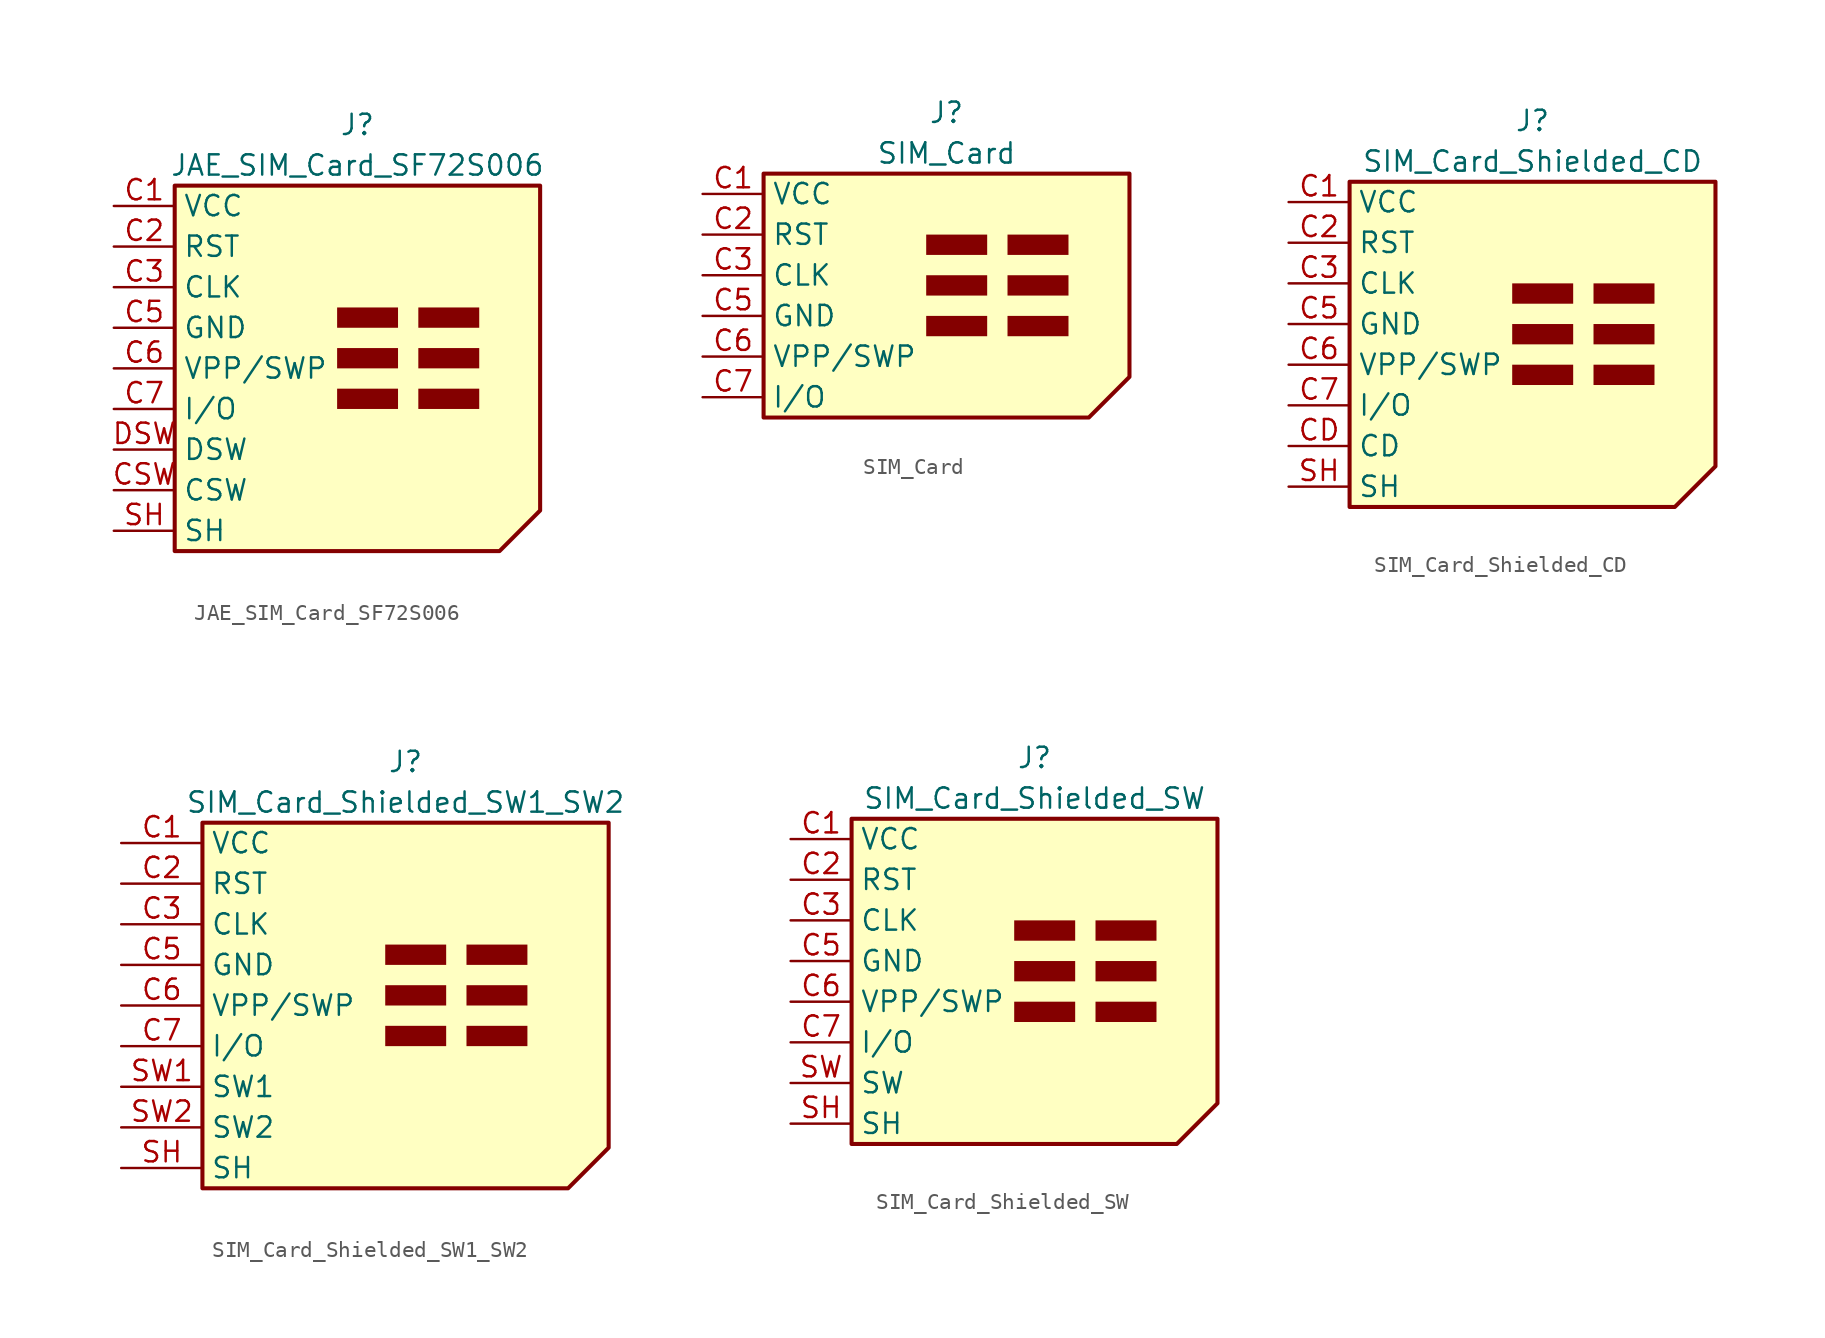
<source format=kicad_sym>
(kicad_symbol_lib
  (version 20231120)
  (generator "kicad_symbol_editor")
  (generator_version "8.0")
  (symbol "JAE_SIM_Card_SF72S006"
    (property "Reference" "J"
      (at 0 15.24 0)
      (effects (font (size 1.27 1.27))))
    (property "Value" "JAE_SIM_Card_SF72S006"
      (at 0 12.7 0)
      (effects (font (size 1.27 1.27))))
    (symbol "JAE_SIM_Card_SF72S006_0_1"
      (polyline (pts (xy -11.43 11.43) (xy -11.43 -11.43) (xy 8.89 -11.43) (xy 11.43 -8.89) (xy 11.43 11.43) (xy -11.43 11.43)) (stroke (width 0.254) (type default)) (fill (type background))))
    (symbol "JAE_SIM_Card_SF72S006_1_1"
      (rectangle (start -1.27 -1.27) (end 2.54 -2.54) (stroke (width -0.0001) (type default)) (fill (type outline)))
      (rectangle (start -1.27 1.27) (end 2.54 0) (stroke (width -0.0001) (type default)) (fill (type outline)))
      (rectangle (start -1.27 3.81) (end 2.54 2.54) (stroke (width -0.0001) (type default)) (fill (type outline)))
      (rectangle (start 3.81 -1.27) (end 7.62 -2.54) (stroke (width -0.0001) (type default)) (fill (type outline)))
      (rectangle (start 3.81 1.27) (end 7.62 0) (stroke (width -0.0001) (type default)) (fill (type outline)))
      (rectangle (start 3.81 3.81) (end 7.62 2.54) (stroke (width -0.0001) (type default)) (fill (type outline)))
      (pin power_in line (at -15.24 10.16 0) (length 3.81) (name "VCC" (effects (font (size 1.27 1.27)))) (number "C1" (effects (font (size 1.27 1.27)))))
      (pin input line (at -15.24 7.62 0) (length 3.81) (name "RST" (effects (font (size 1.27 1.27)))) (number "C2" (effects (font (size 1.27 1.27)))))
      (pin input line (at -15.24 5.08 0) (length 3.81) (name "CLK" (effects (font (size 1.27 1.27)))) (number "C3" (effects (font (size 1.27 1.27)))))
      (pin power_in line (at -15.24 2.54 0) (length 3.81) (name "GND" (effects (font (size 1.27 1.27)))) (number "C5" (effects (font (size 1.27 1.27)))))
      (pin bidirectional line (at -15.24 0 0) (length 3.81) (name "VPP/SWP" (effects (font (size 1.27 1.27)))) (number "C6" (effects (font (size 1.27 1.27)))))
      (pin bidirectional line (at -15.24 -2.54 0) (length 3.81) (name "I/O" (effects (font (size 1.27 1.27)))) (number "C7" (effects (font (size 1.27 1.27)))))
      (pin passive line (at -15.24 -7.62 0) (length 3.81) (name "CSW" (effects (font (size 1.27 1.27)))) (number "CSW" (effects (font (size 1.27 1.27)))))
      (pin passive line (at -15.24 -5.08 0) (length 3.81) (name "DSW" (effects (font (size 1.27 1.27)))) (number "DSW" (effects (font (size 1.27 1.27)))))
      (pin passive line (at -15.24 -10.16 0) (length 3.81) (name "SH" (effects (font (size 1.27 1.27)))) (number "SH" (effects (font (size 1.27 1.27)))))))
  (symbol "SIM_Card"
    (property "Reference" "J"
      (at 0 12.7 0)
      (effects (font (size 1.27 1.27))))
    (property "Value" "SIM_Card"
      (at 0 10.16 0)
      (effects (font (size 1.27 1.27))))
    (symbol "SIM_Card_0_1"
      (polyline (pts (xy -11.43 8.89) (xy 11.43 8.89) (xy 11.43 -3.81) (xy 8.89 -6.35) (xy -11.43 -6.35) (xy -11.43 8.89)) (stroke (width 0.254) (type default)) (fill (type background))))
    (symbol "SIM_Card_1_1"
      (rectangle (start -1.27 0) (end 2.54 -1.27) (stroke (width -0.0001) (type default)) (fill (type outline)))
      (rectangle (start -1.27 2.54) (end 2.54 1.27) (stroke (width -0.0001) (type default)) (fill (type outline)))
      (rectangle (start -1.27 5.08) (end 2.54 3.81) (stroke (width -0.0001) (type default)) (fill (type outline)))
      (rectangle (start 3.81 0) (end 7.62 -1.27) (stroke (width -0.0001) (type default)) (fill (type outline)))
      (rectangle (start 3.81 2.54) (end 7.62 1.27) (stroke (width -0.0001) (type default)) (fill (type outline)))
      (rectangle (start 3.81 5.08) (end 7.62 3.81) (stroke (width -0.0001) (type default)) (fill (type outline)))
      (pin power_in line (at -15.24 7.62 0) (length 3.81) (name "VCC" (effects (font (size 1.27 1.27)))) (number "C1" (effects (font (size 1.27 1.27)))))
      (pin input line (at -15.24 5.08 0) (length 3.81) (name "RST" (effects (font (size 1.27 1.27)))) (number "C2" (effects (font (size 1.27 1.27)))))
      (pin input line (at -15.24 2.54 0) (length 3.81) (name "CLK" (effects (font (size 1.27 1.27)))) (number "C3" (effects (font (size 1.27 1.27)))))
      (pin power_in line (at -15.24 0 0) (length 3.81) (name "GND" (effects (font (size 1.27 1.27)))) (number "C5" (effects (font (size 1.27 1.27)))))
      (pin input line (at -15.24 -2.54 0) (length 3.81) (name "VPP/SWP" (effects (font (size 1.27 1.27)))) (number "C6" (effects (font (size 1.27 1.27)))))
      (pin bidirectional line (at -15.24 -5.08 0) (length 3.81) (name "I/O" (effects (font (size 1.27 1.27)))) (number "C7" (effects (font (size 1.27 1.27)))))))
  (symbol "SIM_Card_Shielded_CD"
    (property "Reference" "J"
      (at 0 12.7 0)
      (effects (font (size 1.27 1.27))))
    (property "Value" "SIM_Card_Shielded_CD"
      (at 0 10.16 0)
      (effects (font (size 1.27 1.27))))
    (symbol "SIM_Card_Shielded_CD_0_1"
      (polyline (pts (xy -11.43 8.89) (xy -11.43 -11.43) (xy 8.89 -11.43) (xy 11.43 -8.89) (xy 11.43 8.89) (xy -11.43 8.89)) (stroke (width 0.254) (type default)) (fill (type background))))
    (symbol "SIM_Card_Shielded_CD_1_1"
      (rectangle (start -1.27 -2.54) (end 2.54 -3.81) (stroke (width -0.0001) (type default)) (fill (type outline)))
      (rectangle (start -1.27 0) (end 2.54 -1.27) (stroke (width -0.0001) (type default)) (fill (type outline)))
      (rectangle (start -1.27 2.54) (end 2.54 1.27) (stroke (width -0.0001) (type default)) (fill (type outline)))
      (rectangle (start 3.81 -2.54) (end 7.62 -3.81) (stroke (width -0.0001) (type default)) (fill (type outline)))
      (rectangle (start 3.81 0) (end 7.62 -1.27) (stroke (width -0.0001) (type default)) (fill (type outline)))
      (rectangle (start 3.81 2.54) (end 7.62 1.27) (stroke (width -0.0001) (type default)) (fill (type outline)))
      (pin power_in line (at -15.24 7.62 0) (length 3.81) (name "VCC" (effects (font (size 1.27 1.27)))) (number "C1" (effects (font (size 1.27 1.27)))))
      (pin input line (at -15.24 5.08 0) (length 3.81) (name "RST" (effects (font (size 1.27 1.27)))) (number "C2" (effects (font (size 1.27 1.27)))))
      (pin input line (at -15.24 2.54 0) (length 3.81) (name "CLK" (effects (font (size 1.27 1.27)))) (number "C3" (effects (font (size 1.27 1.27)))))
      (pin power_in line (at -15.24 0 0) (length 3.81) (name "GND" (effects (font (size 1.27 1.27)))) (number "C5" (effects (font (size 1.27 1.27)))))
      (pin bidirectional line (at -15.24 -2.54 0) (length 3.81) (name "VPP/SWP" (effects (font (size 1.27 1.27)))) (number "C6" (effects (font (size 1.27 1.27)))))
      (pin bidirectional line (at -15.24 -5.08 0) (length 3.81) (name "I/O" (effects (font (size 1.27 1.27)))) (number "C7" (effects (font (size 1.27 1.27)))))
      (pin passive line (at -15.24 -7.62 0) (length 3.81) (name "CD" (effects (font (size 1.27 1.27)))) (number "CD" (effects (font (size 1.27 1.27)))))
      (pin passive line (at -15.24 -10.16 0) (length 3.81) (name "SH" (effects (font (size 1.27 1.27)))) (number "SH" (effects (font (size 1.27 1.27)))))))
  (symbol "SIM_Card_Shielded_SW1_SW2"
    (property "Reference" "J"
      (at 0 15.24 0)
      (effects (font (size 1.27 1.27))))
    (property "Value" "SIM_Card_Shielded_SW1_SW2"
      (at 0 12.7 0)
      (effects (font (size 1.27 1.27))))
    (symbol "SIM_Card_Shielded_SW1_SW2_0_1"
      (polyline (pts (xy -12.7 11.43) (xy -12.7 -11.43) (xy 10.16 -11.43) (xy 12.7 -8.89) (xy 12.7 11.43) (xy -12.7 11.43)) (stroke (width 0.254) (type default)) (fill (type background))))
    (symbol "SIM_Card_Shielded_SW1_SW2_1_1"
      (rectangle (start -1.27 -1.27) (end 2.54 -2.54) (stroke (width -0.0001) (type default)) (fill (type outline)))
      (rectangle (start -1.27 1.27) (end 2.54 0) (stroke (width -0.0001) (type default)) (fill (type outline)))
      (rectangle (start -1.27 3.81) (end 2.54 2.54) (stroke (width -0.0001) (type default)) (fill (type outline)))
      (rectangle (start 3.81 -1.27) (end 7.62 -2.54) (stroke (width -0.0001) (type default)) (fill (type outline)))
      (rectangle (start 3.81 1.27) (end 7.62 0) (stroke (width -0.0001) (type default)) (fill (type outline)))
      (rectangle (start 3.81 3.81) (end 7.62 2.54) (stroke (width -0.0001) (type default)) (fill (type outline)))
      (pin power_in line (at -17.78 10.16 0) (length 5.08) (name "VCC" (effects (font (size 1.27 1.27)))) (number "C1" (effects (font (size 1.27 1.27)))))
      (pin input line (at -17.78 7.62 0) (length 5.08) (name "RST" (effects (font (size 1.27 1.27)))) (number "C2" (effects (font (size 1.27 1.27)))))
      (pin input line (at -17.78 5.08 0) (length 5.08) (name "CLK" (effects (font (size 1.27 1.27)))) (number "C3" (effects (font (size 1.27 1.27)))))
      (pin power_in line (at -17.78 2.54 0) (length 5.08) (name "GND" (effects (font (size 1.27 1.27)))) (number "C5" (effects (font (size 1.27 1.27)))))
      (pin bidirectional line (at -17.78 0 0) (length 5.08) (name "VPP/SWP" (effects (font (size 1.27 1.27)))) (number "C6" (effects (font (size 1.27 1.27)))))
      (pin bidirectional line (at -17.78 -2.54 0) (length 5.08) (name "I/O" (effects (font (size 1.27 1.27)))) (number "C7" (effects (font (size 1.27 1.27)))))
      (pin passive line (at -17.78 -10.16 0) (length 5.08) (name "SH" (effects (font (size 1.27 1.27)))) (number "SH" (effects (font (size 1.27 1.27)))))
      (pin passive line (at -17.78 -5.08 0) (length 5.08) (name "SW1" (effects (font (size 1.27 1.27)))) (number "SW1" (effects (font (size 1.27 1.27)))))
      (pin passive line (at -17.78 -7.62 0) (length 5.08) (name "SW2" (effects (font (size 1.27 1.27)))) (number "SW2" (effects (font (size 1.27 1.27)))))))
  (symbol "SIM_Card_Shielded_SW"
    (property "Reference" "J"
      (at 0 12.7 0)
      (effects (font (size 1.27 1.27))))
    (property "Value" "SIM_Card_Shielded_SW"
      (at 0 10.16 0)
      (effects (font (size 1.27 1.27))))
    (symbol "SIM_Card_Shielded_SW_0_1"
      (polyline (pts (xy -11.43 8.89) (xy -11.43 -11.43) (xy 8.89 -11.43) (xy 11.43 -8.89) (xy 11.43 8.89) (xy -11.43 8.89)) (stroke (width 0.254) (type default)) (fill (type background))))
    (symbol "SIM_Card_Shielded_SW_1_1"
      (rectangle (start -1.27 -2.54) (end 2.54 -3.81) (stroke (width -0.0001) (type default)) (fill (type outline)))
      (rectangle (start -1.27 0) (end 2.54 -1.27) (stroke (width -0.0001) (type default)) (fill (type outline)))
      (rectangle (start -1.27 2.54) (end 2.54 1.27) (stroke (width -0.0001) (type default)) (fill (type outline)))
      (rectangle (start 3.81 -2.54) (end 7.62 -3.81) (stroke (width -0.0001) (type default)) (fill (type outline)))
      (rectangle (start 3.81 0) (end 7.62 -1.27) (stroke (width -0.0001) (type default)) (fill (type outline)))
      (rectangle (start 3.81 2.54) (end 7.62 1.27) (stroke (width -0.0001) (type default)) (fill (type outline)))
      (pin power_in line (at -15.24 7.62 0) (length 3.81) (name "VCC" (effects (font (size 1.27 1.27)))) (number "C1" (effects (font (size 1.27 1.27)))))
      (pin input line (at -15.24 5.08 0) (length 3.81) (name "RST" (effects (font (size 1.27 1.27)))) (number "C2" (effects (font (size 1.27 1.27)))))
      (pin input line (at -15.24 2.54 0) (length 3.81) (name "CLK" (effects (font (size 1.27 1.27)))) (number "C3" (effects (font (size 1.27 1.27)))))
      (pin power_in line (at -15.24 0 0) (length 3.81) (name "GND" (effects (font (size 1.27 1.27)))) (number "C5" (effects (font (size 1.27 1.27)))))
      (pin bidirectional line (at -15.24 -2.54 0) (length 3.81) (name "VPP/SWP" (effects (font (size 1.27 1.27)))) (number "C6" (effects (font (size 1.27 1.27)))))
      (pin bidirectional line (at -15.24 -5.08 0) (length 3.81) (name "I/O" (effects (font (size 1.27 1.27)))) (number "C7" (effects (font (size 1.27 1.27)))))
      (pin passive line (at -15.24 -10.16 0) (length 3.81) (name "SH" (effects (font (size 1.27 1.27)))) (number "SH" (effects (font (size 1.27 1.27)))))
      (pin passive line (at -15.24 -7.62 0) (length 3.81) (name "SW" (effects (font (size 1.27 1.27)))) (number "SW" (effects (font (size 1.27 1.27))))))))
</source>
